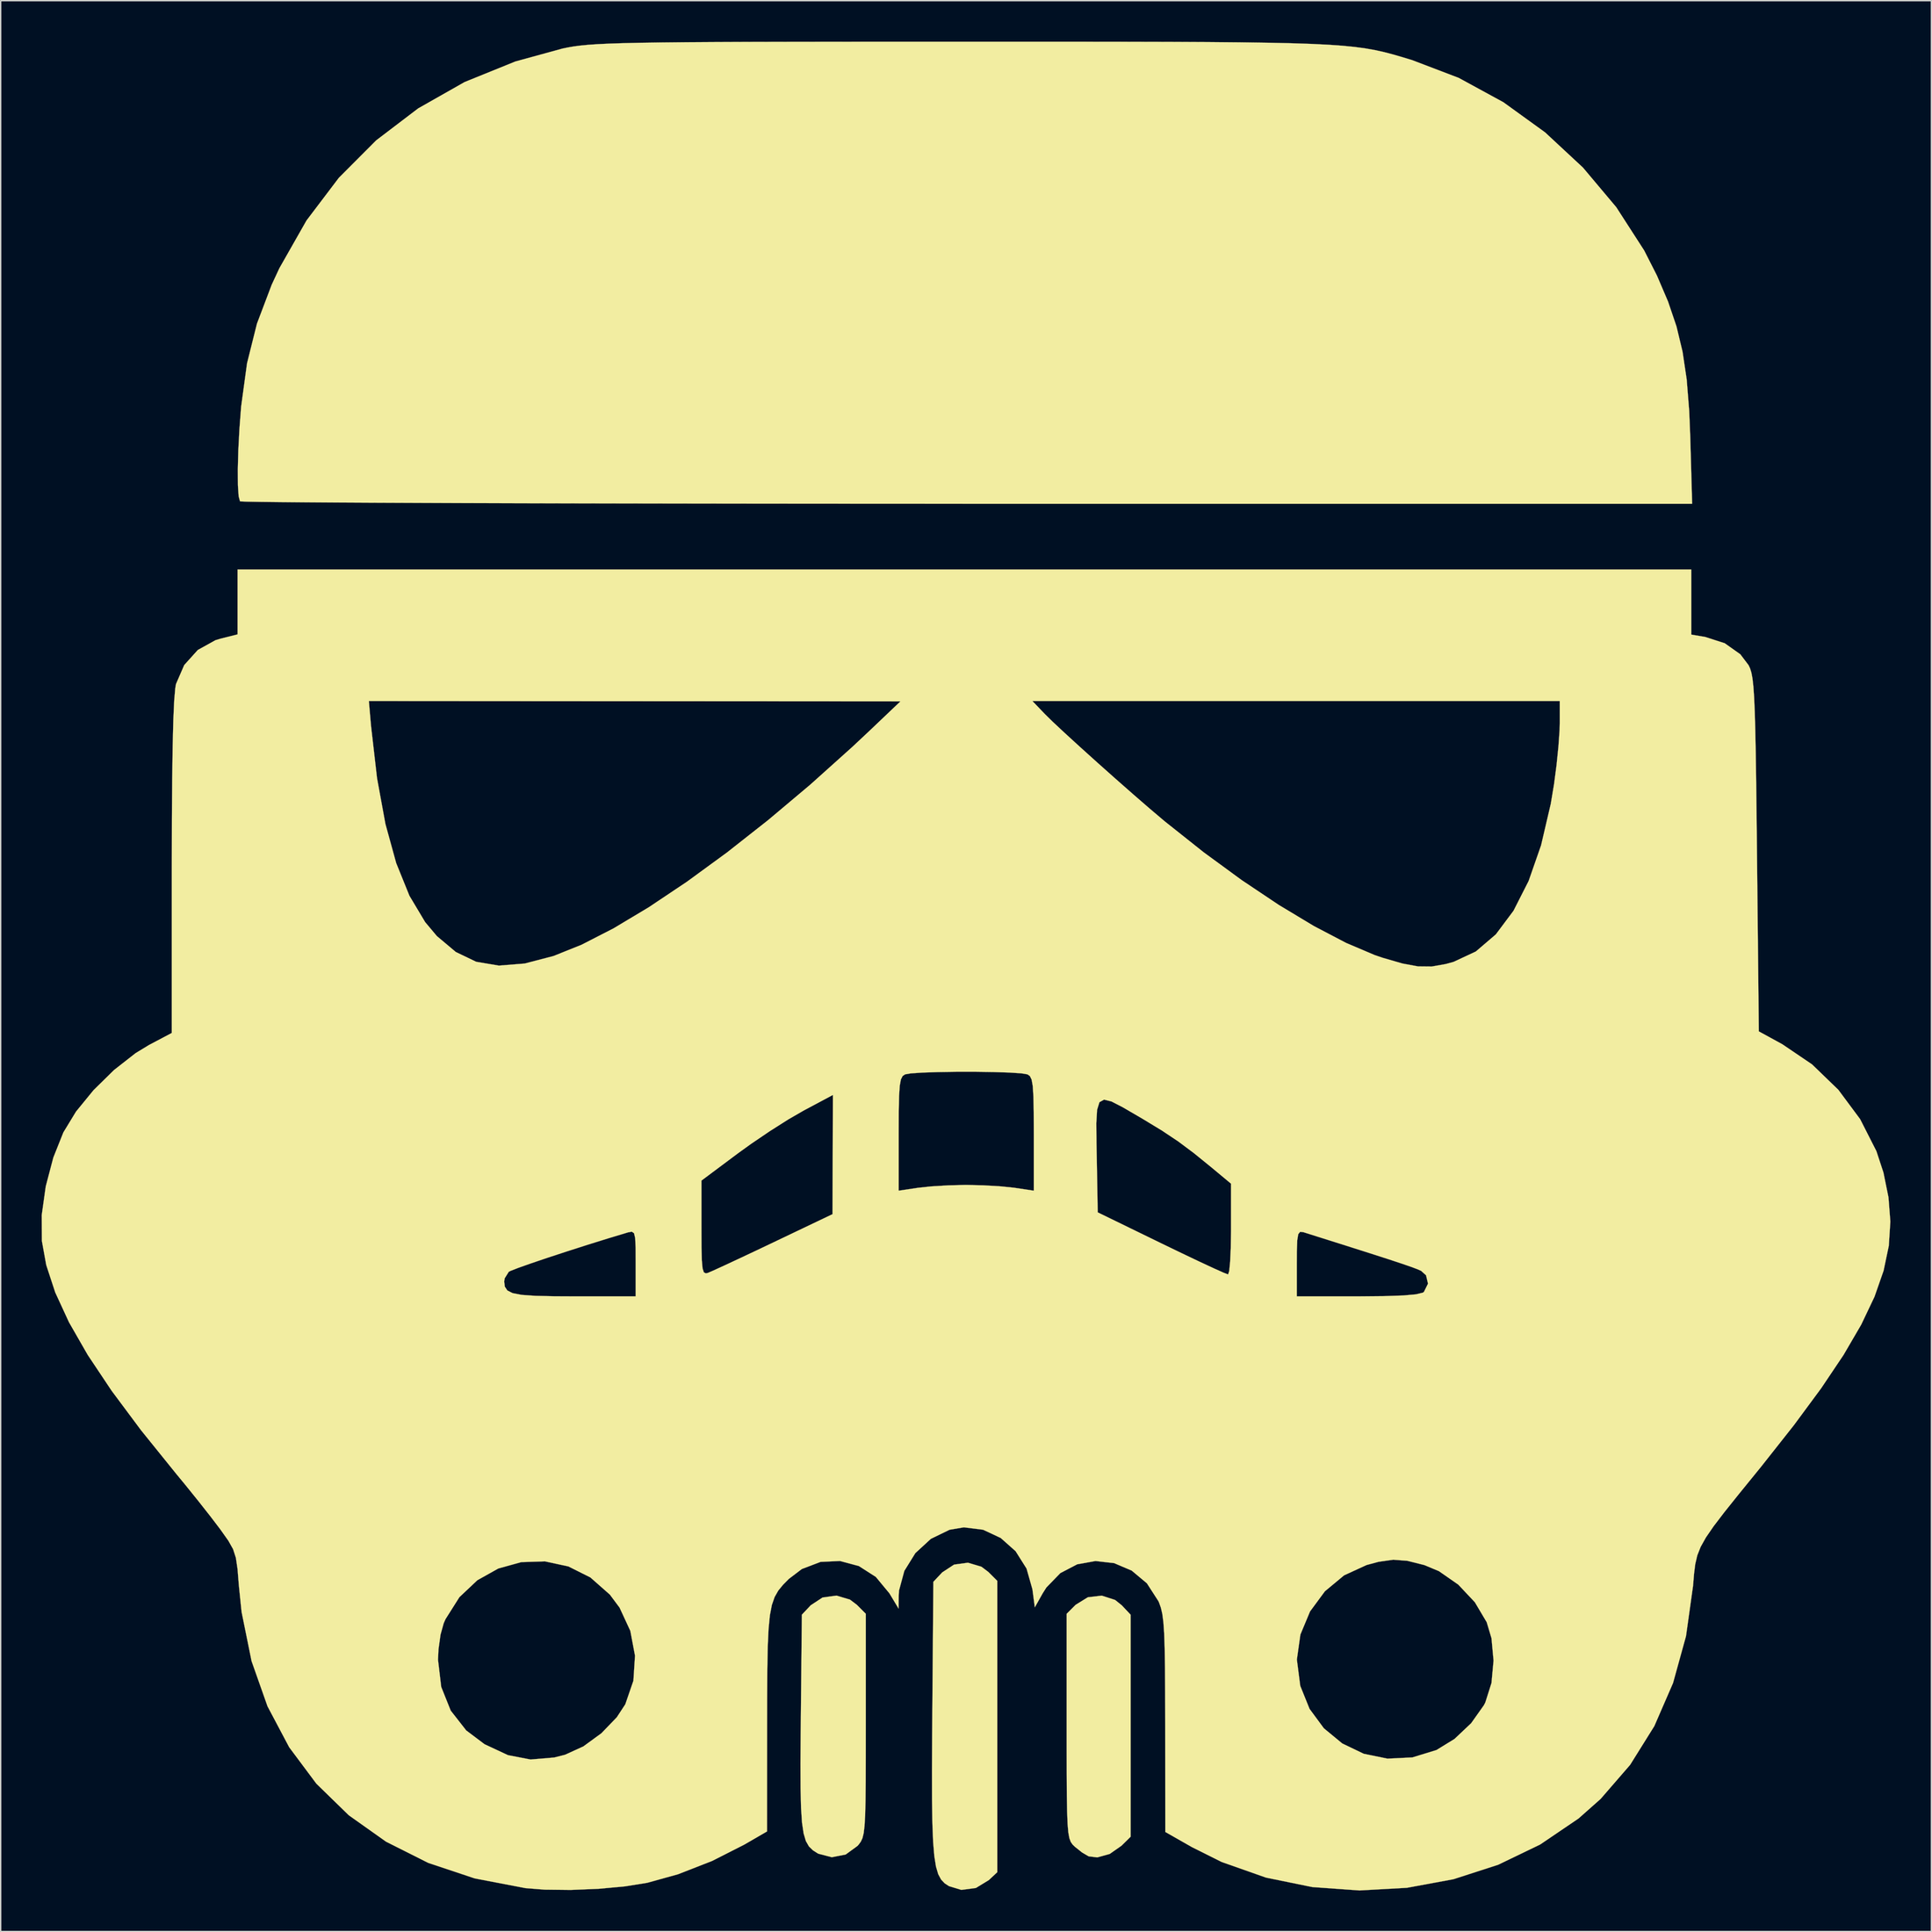
<source format=kicad_pcb>
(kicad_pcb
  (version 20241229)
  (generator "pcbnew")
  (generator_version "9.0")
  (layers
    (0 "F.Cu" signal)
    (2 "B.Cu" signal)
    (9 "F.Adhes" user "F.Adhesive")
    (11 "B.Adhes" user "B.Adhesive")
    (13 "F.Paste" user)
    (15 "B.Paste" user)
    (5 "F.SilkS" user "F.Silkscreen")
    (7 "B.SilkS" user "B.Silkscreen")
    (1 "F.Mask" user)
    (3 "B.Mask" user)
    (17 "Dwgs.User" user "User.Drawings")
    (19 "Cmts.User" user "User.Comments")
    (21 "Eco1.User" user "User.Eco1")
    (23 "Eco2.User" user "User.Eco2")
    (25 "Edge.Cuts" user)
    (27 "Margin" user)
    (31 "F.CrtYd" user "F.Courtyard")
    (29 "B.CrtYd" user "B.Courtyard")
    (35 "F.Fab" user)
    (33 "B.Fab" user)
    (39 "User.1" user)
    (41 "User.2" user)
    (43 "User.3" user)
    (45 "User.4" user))
  (footprint "stormtrooper_scaled"
    (layer "F.Cu")
    (at 68.082 68.05)
    (property "Reference" "stormtrooper_scaled" (at 0 0 0) (layer "F.SilkS") (effects (font (size 1.524 1.524) (thickness 0.3))))
    (attr through_hole)
    (fp_poly (pts (xy 0.712 43.59) (xy 1.215 43.97) (xy 1.872 44.626) (xy 1.872 65.947) (xy 1.257 66.524) (xy 0.303 67.106) (xy -0.757 67.245) (xy -1.662 66.972) (xy -1.98 66.762) (xy -2.242 66.486) (xy -2.452 66.094) (xy -2.616 65.538) (xy -2.738 64.767) (xy -2.824 63.733) (xy -2.878 62.385) (xy -2.905 60.675) (xy -2.909 58.553) (xy -2.897 55.969) (xy -2.886 54.557) (xy -2.807 44.693) (xy -2.159 44.003) (xy -1.291 43.433) (xy -0.276 43.295) (xy 0.712 43.59)) (stroke (width 0.01) (type solid)) (fill yes) (layer "F.SilkS"))
    (fp_poly (pts (xy 10.495 46.02) (xy 10.982 46.41) (xy 11.631 47.1) (xy 11.631 63.354) (xy 10.962 64.012) (xy 10.106 64.611) (xy 9.19 64.867) (xy 8.556 64.787) (xy 8.071 64.502) (xy 7.553 64.088) (xy 7.384 63.924) (xy 7.251 63.734) (xy 7.148 63.459) (xy 7.072 63.039) (xy 7.018 62.415) (xy 6.984 61.528) (xy 6.964 60.318) (xy 6.954 58.727) (xy 6.952 56.695) (xy 6.952 55.287) (xy 6.952 47.033) (xy 7.608 46.376) (xy 8.5 45.824) (xy 9.519 45.705) (xy 10.495 46.02)) (stroke (width 0.01) (type solid)) (fill yes) (layer "F.SilkS"))
    (fp_poly (pts (xy -8.913 45.996) (xy -8.41 46.376) (xy -7.754 47.033) (xy -7.754 55.185) (xy -7.755 57.486) (xy -7.76 59.312) (xy -7.774 60.726) (xy -7.801 61.787) (xy -7.845 62.556) (xy -7.909 63.093) (xy -7.999 63.46) (xy -8.119 63.716) (xy -8.271 63.923) (xy -8.355 64.02) (xy -9.223 64.653) (xy -10.241 64.854) (xy -11.237 64.593) (xy -11.259 64.58) (xy -11.624 64.348) (xy -11.915 64.064) (xy -12.14 63.67) (xy -12.306 63.108) (xy -12.422 62.321) (xy -12.493 61.25) (xy -12.528 59.838) (xy -12.535 58.027) (xy -12.52 55.758) (xy -12.511 54.881) (xy -12.433 47.099) (xy -11.784 46.41) (xy -10.916 45.84) (xy -9.902 45.701) (xy -8.913 45.996)) (stroke (width 0.01) (type solid)) (fill yes) (layer "F.SilkS"))
    (fp_poly (pts (xy 3.843 -68.045) (xy 7.855 -68.044) (xy 11.401 -68.04) (xy 14.515 -68.033) (xy 17.233 -68.02) (xy 19.588 -68) (xy 21.616 -67.972) (xy 23.35 -67.935) (xy 24.825 -67.887) (xy 26.076 -67.826) (xy 27.137 -67.752) (xy 28.043 -67.662) (xy 28.828 -67.556) (xy 29.526 -67.432) (xy 30.173 -67.289) (xy 30.802 -67.125) (xy 31.448 -66.938) (xy 32.146 -66.728) (xy 32.218 -66.707) (xy 35.65 -65.398) (xy 38.92 -63.615) (xy 41.971 -61.41) (xy 44.744 -58.832) (xy 47.181 -55.934) (xy 49.225 -52.766) (xy 50.161 -50.925) (xy 50.975 -49.02) (xy 51.59 -47.208) (xy 52.035 -45.356) (xy 52.337 -43.331) (xy 52.523 -41.002) (xy 52.599 -39.103) (xy 52.737 -34.223) (xy -0.324 -34.223) (xy -5.612 -34.224) (xy -10.757 -34.227) (xy -15.734 -34.231) (xy -20.518 -34.237) (xy -25.082 -34.244) (xy -29.402 -34.252) (xy -33.451 -34.262) (xy -37.205 -34.273) (xy -40.637 -34.286) (xy -43.722 -34.299) (xy -46.435 -34.313) (xy -48.75 -34.328) (xy -50.642 -34.344) (xy -52.085 -34.36) (xy -53.053 -34.377) (xy -53.521 -34.395) (xy -53.563 -34.401) (xy -53.663 -34.776) (xy -53.716 -35.587) (xy -53.723 -36.741) (xy -53.686 -38.142) (xy -53.605 -39.695) (xy -53.482 -41.305) (xy -53.479 -41.342) (xy -53.047 -44.508) (xy -52.322 -47.407) (xy -51.243 -50.255) (xy -50.679 -51.468) (xy -48.693 -54.961) (xy -46.326 -58.085) (xy -43.595 -60.824) (xy -40.52 -63.165) (xy -37.118 -65.095) (xy -33.407 -66.598) (xy -29.945 -67.548) (xy -29.55 -67.629) (xy -29.128 -67.701) (xy -28.647 -67.764) (xy -28.073 -67.819) (xy -27.372 -67.867) (xy -26.512 -67.907) (xy -25.459 -67.941) (xy -24.18 -67.969) (xy -22.642 -67.991) (xy -20.81 -68.009) (xy -18.652 -68.022) (xy -16.134 -68.032) (xy -13.222 -68.038) (xy -9.885 -68.042) (xy -6.087 -68.045) (xy -1.797 -68.045) (xy -0.668 -68.045) (xy 3.843 -68.045)) (stroke (width 0.01) (type solid)) (fill yes) (layer "F.SilkS"))
    (fp_poly (pts (xy 52.672 -24.645) (xy 53.697 -24.472) (xy 55.121 -24.013) (xy 56.264 -23.204) (xy 56.87 -22.404) (xy 56.981 -22.165) (xy 57.075 -21.857) (xy 57.154 -21.435) (xy 57.219 -20.85) (xy 57.274 -20.056) (xy 57.32 -19.005) (xy 57.359 -17.651) (xy 57.393 -15.946) (xy 57.424 -13.843) (xy 57.455 -11.295) (xy 57.484 -8.562) (xy 57.618 4.4) (xy 59.337 5.341) (xy 61.513 6.815) (xy 63.438 8.675) (xy 65.034 10.824) (xy 66.224 13.164) (xy 66.741 14.735) (xy 67.109 16.548) (xy 67.246 18.32) (xy 67.133 20.095) (xy 66.752 21.915) (xy 66.085 23.825) (xy 65.113 25.867) (xy 63.819 28.086) (xy 62.182 30.524) (xy 60.186 33.226) (xy 57.811 36.234) (xy 57.457 36.67) (xy 56.124 38.31) (xy 55.087 39.606) (xy 54.308 40.627) (xy 53.746 41.445) (xy 53.361 42.132) (xy 53.114 42.756) (xy 52.966 43.391) (xy 52.876 44.106) (xy 52.805 44.973) (xy 52.804 44.982) (xy 52.288 48.669) (xy 51.338 52.102) (xy 49.969 55.253) (xy 48.197 58.091) (xy 46.034 60.588) (xy 44.419 62.019) (xy 41.612 63.922) (xy 38.537 65.405) (xy 35.262 66.464) (xy 31.856 67.092) (xy 28.388 67.285) (xy 24.926 67.037) (xy 21.54 66.345) (xy 18.297 65.202) (xy 16.109 64.108) (xy 14.171 63.004) (xy 14.165 55.097) (xy 14.16 52.796) (xy 14.148 50.965) (xy 14.139 50.399) (xy 23.804 50.399) (xy 24.049 52.307) (xy 24.73 53.994) (xy 25.777 55.415) (xy 27.123 56.525) (xy 28.697 57.281) (xy 30.431 57.636) (xy 32.257 57.548) (xy 34.021 57.007) (xy 35.341 56.196) (xy 36.56 55.044) (xy 37.488 53.735) (xy 37.598 53.522) (xy 38.049 52.099) (xy 38.2 50.457) (xy 38.049 48.821) (xy 37.698 47.648) (xy 36.83 46.186) (xy 35.618 44.898) (xy 34.204 43.914) (xy 33.138 43.468) (xy 31.885 43.154) (xy 30.852 43.075) (xy 29.778 43.229) (xy 28.899 43.465) (xy 27.258 44.219) (xy 25.856 45.383) (xy 24.766 46.861) (xy 24.059 48.556) (xy 23.804 50.372) (xy 23.804 50.399) (xy 14.139 50.399) (xy 14.125 49.539) (xy 14.087 48.453) (xy 14.031 47.643) (xy 13.953 47.045) (xy 13.849 46.592) (xy 13.717 46.221) (xy 13.668 46.11) (xy 12.824 44.802) (xy 11.712 43.872) (xy 10.427 43.326) (xy 9.065 43.17) (xy 7.721 43.411) (xy 6.489 44.054) (xy 5.465 45.108) (xy 5.188 45.546) (xy 4.619 46.56) (xy 4.444 45.237) (xy 4.014 43.723) (xy 3.212 42.451) (xy 2.122 41.483) (xy 0.832 40.88) (xy -0.575 40.705) (xy -1.618 40.88) (xy -2.989 41.546) (xy -4.125 42.59) (xy -4.933 43.893) (xy -5.323 45.336) (xy -5.344 45.72) (xy -5.352 46.656) (xy -6.022 45.539) (xy -7.019 44.334) (xy -8.26 43.539) (xy -9.643 43.168) (xy -11.068 43.235) (xy -12.434 43.755) (xy -13.387 44.479) (xy -13.816 44.914) (xy -14.16 45.335) (xy -14.428 45.806) (xy -14.63 46.389) (xy -14.775 47.147) (xy -14.872 48.143) (xy -14.932 49.44) (xy -14.963 51.1) (xy -14.975 53.186) (xy -14.978 55.002) (xy -14.983 62.965) (xy -16.649 63.93) (xy -19.003 65.126) (xy -21.501 66.101) (xy -23.758 66.727) (xy -25.385 66.988) (xy -27.319 67.165) (xy -29.344 67.248) (xy -31.25 67.228) (xy -32.66 67.117) (xy -36.38 66.405) (xy -39.789 65.266) (xy -42.87 63.717) (xy -45.604 61.778) (xy -47.974 59.467) (xy -49.961 56.804) (xy -51.548 53.808) (xy -52.716 50.498) (xy -52.736 50.399) (xy -39.069 50.399) (xy -38.834 52.386) (xy -38.139 54.121) (xy -37.005 55.571) (xy -35.663 56.581) (xy -33.947 57.382) (xy -32.29 57.701) (xy -30.563 57.554) (xy -29.765 57.352) (xy -28.427 56.741) (xy -27.104 55.776) (xy -25.979 54.607) (xy -25.359 53.661) (xy -24.765 51.933) (xy -24.647 50.104) (xy -24.99 48.283) (xy -25.778 46.581) (xy -26.487 45.63) (xy -27.915 44.372) (xy -29.526 43.566) (xy -31.239 43.197) (xy -32.974 43.252) (xy -34.651 43.716) (xy -36.187 44.575) (xy -37.503 45.816) (xy -38.519 47.424) (xy -38.655 47.733) (xy -38.883 48.556) (xy -39.033 49.632) (xy -39.069 50.399) (xy -52.736 50.399) (xy -53.448 46.891) (xy -53.646 44.958) (xy -53.742 43.767) (xy -53.864 42.938) (xy -54.07 42.3) (xy -54.416 41.683) (xy -54.961 40.914) (xy -55.026 40.824) (xy -55.715 39.918) (xy -56.616 38.774) (xy -57.594 37.561) (xy -58.243 36.774) (xy -60.806 33.597) (xy -62.956 30.711) (xy -64.708 28.086) (xy -66.08 25.695) (xy -67.088 23.509) (xy -67.352 22.706) (xy -34.223 22.706) (xy -34.178 23.085) (xy -33.995 23.365) (xy -33.607 23.561) (xy -32.944 23.688) (xy -31.938 23.759) (xy -30.519 23.79) (xy -29.09 23.796) (xy -24.598 23.796) (xy -24.598 21.371) (xy -24.603 20.229) (xy -24.636 19.527) (xy -24.721 19.17) (xy -24.885 19.063) (xy -25.152 19.111) (xy -25.199 19.125) (xy -26.615 19.552) (xy -28.12 20.021) (xy -29.624 20.503) (xy -31.033 20.965) (xy -32.256 21.379) (xy -33.199 21.713) (xy -33.77 21.936) (xy -33.889 21.998) (xy -34.187 22.475) (xy -34.223 22.706) (xy -67.352 22.706) (xy -67.748 21.5) (xy -68.066 19.737) (xy -68.077 17.852) (xy -67.784 15.753) (xy -67.671 15.322) (xy -19.785 15.322) (xy -19.785 18.785) (xy -19.78 20.2) (xy -19.756 21.161) (xy -19.703 21.747) (xy -19.609 22.038) (xy -19.462 22.114) (xy -19.317 22.081) (xy -18.932 21.915) (xy -18.153 21.559) (xy -17.066 21.052) (xy -15.759 20.437) (xy -14.519 19.847) (xy -10.188 17.78) (xy -10.174 13.417) (xy -10.169 11.899) (xy -5.347 11.899) (xy -5.347 16.061) (xy -3.944 15.851) (xy -2.958 15.746) (xy -1.704 15.671) (xy -0.445 15.641) (xy -0.401 15.641) (xy 0.852 15.669) (xy 2.112 15.743) (xy 3.112 15.846) (xy 3.142 15.851) (xy 4.545 16.061) (xy 4.545 11.899) (xy 4.543 11.124) (xy 9.121 11.124) (xy 9.133 12.569) (xy 9.151 13.503) (xy 9.224 17.648) (xy 13.888 19.92) (xy 15.343 20.623) (xy 16.634 21.238) (xy 17.686 21.728) (xy 18.42 22.057) (xy 18.759 22.19) (xy 18.768 22.192) (xy 18.85 21.941) (xy 18.906 21.371) (xy 23.796 21.371) (xy 23.796 23.796) (xy 28.288 23.796) (xy 30.188 23.78) (xy 31.589 23.732) (xy 32.522 23.648) (xy 33.021 23.527) (xy 33.1 23.475) (xy 33.402 22.867) (xy 33.258 22.254) (xy 32.901 21.932) (xy 32.645 21.817) (xy 32.193 21.647) (xy 31.496 21.406) (xy 30.505 21.078) (xy 29.17 20.648) (xy 27.443 20.098) (xy 25.274 19.413) (xy 24.264 19.094) (xy 24.042 19.073) (xy 23.904 19.243) (xy 23.829 19.695) (xy 23.8 20.525) (xy 23.796 21.371) (xy 18.906 21.371) (xy 18.917 21.258) (xy 18.964 20.242) (xy 18.983 18.997) (xy 18.983 18.87) (xy 18.983 15.549) (xy 17.579 14.38) (xy 16.271 13.317) (xy 15.123 12.459) (xy 13.936 11.667) (xy 12.511 10.802) (xy 12.171 10.603) (xy 11.05 9.951) (xy 10.238 9.533) (xy 9.688 9.395) (xy 9.35 9.583) (xy 9.177 10.144) (xy 9.121 11.124) (xy 4.543 11.124) (xy 4.54 10.306) (xy 4.517 9.168) (xy 4.469 8.403) (xy 4.386 7.932) (xy 4.261 7.674) (xy 4.084 7.547) (xy 4.077 7.545) (xy 3.626 7.47) (xy 2.759 7.414) (xy 1.597 7.377) (xy 0.259 7.359) (xy -1.136 7.36) (xy -2.467 7.379) (xy -3.616 7.417) (xy -4.464 7.474) (xy -4.879 7.545) (xy -5.058 7.668) (xy -5.185 7.921) (xy -5.269 8.385) (xy -5.318 9.139) (xy -5.341 10.264) (xy -5.347 11.841) (xy -5.347 11.899) (xy -10.169 11.899) (xy -10.16 9.053) (xy -12.306 10.197) (xy -13.426 10.844) (xy -14.775 11.7) (xy -16.161 12.64) (xy -17.119 13.331) (xy -19.785 15.322) (xy -67.671 15.322) (xy -67.227 13.635) (xy -66.492 11.793) (xy -65.565 10.27) (xy -64.281 8.699) (xy -62.78 7.225) (xy -61.204 5.992) (xy -60.225 5.397) (xy -58.554 4.514) (xy -58.554 -7.651) (xy -58.547 -11.129) (xy -58.526 -14.079) (xy -58.491 -16.507) (xy -58.442 -18.421) (xy -58.381 -19.785) (xy -44.131 -19.785) (xy -43.974 -17.981) (xy -43.532 -14.133) (xy -42.918 -10.782) (xy -42.129 -7.917) (xy -41.16 -5.525) (xy -40.009 -3.597) (xy -39.154 -2.578) (xy -37.766 -1.411) (xy -36.273 -0.694) (xy -34.614 -0.416) (xy -32.729 -0.566) (xy -30.614 -1.117) (xy -28.562 -1.94) (xy -26.219 -3.142) (xy -23.633 -4.691) (xy -20.852 -6.551) (xy -17.925 -8.688) (xy -14.898 -11.07) (xy -11.819 -13.66) (xy -8.737 -16.426) (xy -7.486 -17.599) (xy -5.214 -19.761) (xy -24.672 -19.773) (xy -44.131 -19.785) (xy 4.44 -19.785) (xy 5.362 -18.823) (xy 5.928 -18.267) (xy 6.814 -17.439) (xy 7.934 -16.415) (xy 9.202 -15.272) (xy 10.533 -14.087) (xy 11.842 -12.936) (xy 13.042 -11.896) (xy 14.049 -11.043) (xy 14.171 -10.942) (xy 16.979 -8.711) (xy 19.77 -6.669) (xy 22.482 -4.855) (xy 25.05 -3.31) (xy 27.41 -2.074) (xy 29.499 -1.186) (xy 30.079 -0.988) (xy 31.535 -0.567) (xy 32.676 -0.357) (xy 33.675 -0.348) (xy 34.705 -0.531) (xy 35.277 -0.689) (xy 36.903 -1.448) (xy 38.367 -2.7) (xy 39.659 -4.427) (xy 40.767 -6.607) (xy 41.68 -9.223) (xy 42.388 -12.253) (xy 42.628 -13.697) (xy 42.81 -15.082) (xy 42.951 -16.474) (xy 43.034 -17.663) (xy 43.046 -18.149) (xy 43.046 -19.785) (xy 4.44 -19.785) (xy -44.131 -19.785) (xy -58.381 -19.785) (xy -58.379 -19.826) (xy -58.301 -20.729) (xy -58.25 -21.024) (xy -57.645 -22.417) (xy -56.652 -23.519) (xy -55.362 -24.235) (xy -54.995 -24.346) (xy -53.741 -24.661) (xy -53.741 -29.411) (xy 52.672 -29.411) (xy 52.672 -24.645)) (stroke (width 0.01) (type solid)) (fill yes) (layer "F.SilkS")))
  (gr_rect
    (start -3 -3)
    (end 138.333 138.34)
    (stroke (width 0.1) (type default))
    (fill no)
    (layer "Edge.Cuts")))
</source>
